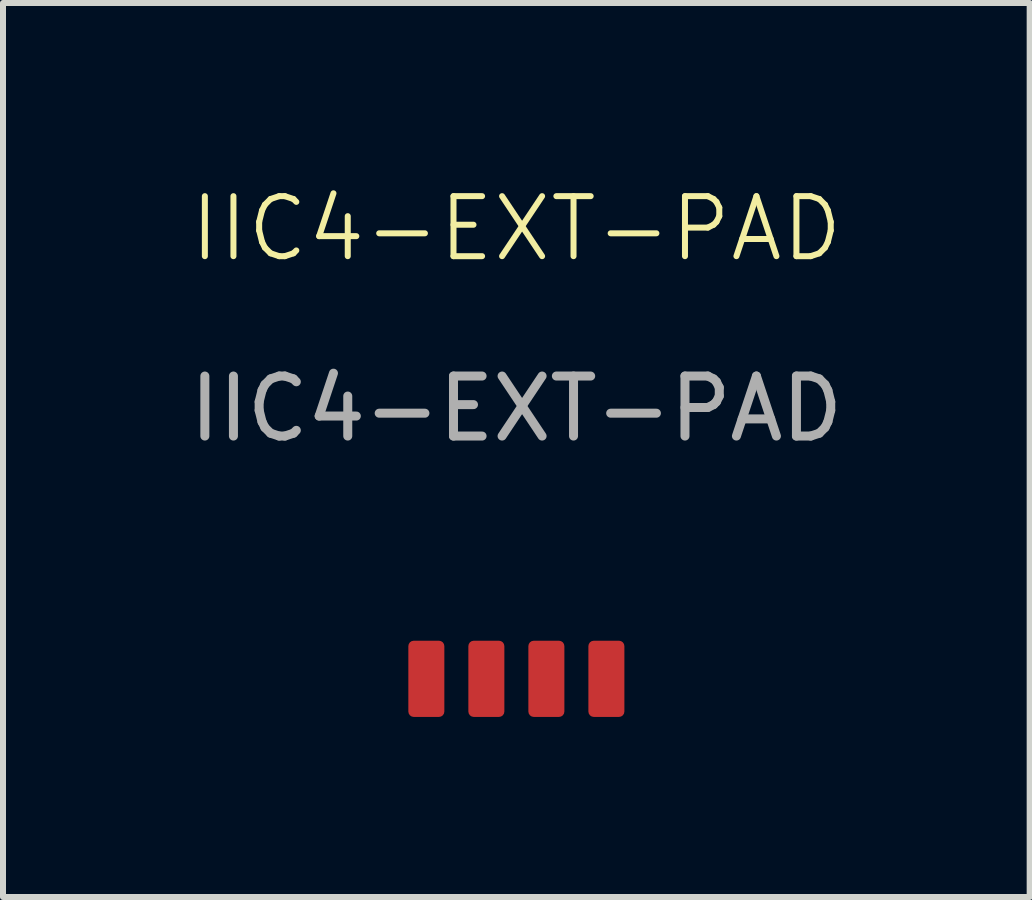
<source format=kicad_pcb>
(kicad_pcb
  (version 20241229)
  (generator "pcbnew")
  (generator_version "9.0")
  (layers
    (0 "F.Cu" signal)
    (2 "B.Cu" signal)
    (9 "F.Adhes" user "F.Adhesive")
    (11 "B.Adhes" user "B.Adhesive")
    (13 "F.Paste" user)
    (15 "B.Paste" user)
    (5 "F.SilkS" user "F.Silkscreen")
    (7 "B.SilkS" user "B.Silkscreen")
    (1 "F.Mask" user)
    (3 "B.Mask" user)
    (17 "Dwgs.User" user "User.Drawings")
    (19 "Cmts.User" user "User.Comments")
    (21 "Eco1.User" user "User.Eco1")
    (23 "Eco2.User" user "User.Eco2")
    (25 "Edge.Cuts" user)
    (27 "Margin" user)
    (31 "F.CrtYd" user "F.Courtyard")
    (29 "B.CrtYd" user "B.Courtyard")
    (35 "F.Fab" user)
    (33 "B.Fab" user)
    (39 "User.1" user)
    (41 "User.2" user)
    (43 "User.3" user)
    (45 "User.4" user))
  (footprint "IIC4-EXT-PAD"
    (layer "F.Cu")
    (at 5.554 8.261)
    (property "Reference" "IIC4-EXT-PAD" (at 0 -7.5 0) (unlocked yes) (layer "F.SilkS") (effects (font (size 1 1) (thickness 0.1))))
    (attr smd)
    (fp_text user "${REFERENCE}" (at 0 -4.5 0) (unlocked yes) (layer "F.Fab") (effects (font (size 1 1) (thickness 0.15))))
    (pad "1" smd roundrect (at -1.5 0) (size 0.6 1.27) (layers "F.Cu" "F.Mask" "F.Paste") (roundrect_rratio 0.15))
    (pad "2" smd roundrect (at -0.5 0) (size 0.6 1.27) (layers "F.Cu" "F.Mask" "F.Paste") (roundrect_rratio 0.15))
    (pad "3" smd roundrect (at 0.5 0) (size 0.6 1.27) (layers "F.Cu" "F.Mask" "F.Paste") (roundrect_rratio 0.15))
    (pad "4" smd roundrect (at 1.5 0) (size 0.6 1.27) (layers "F.Cu" "F.Mask" "F.Paste") (roundrect_rratio 0.15)))
  (gr_rect
    (start -3 -3)
    (end 14.107 11.896)
    (stroke (width 0.1) (type default))
    (fill no)
    (layer "Edge.Cuts")))
</source>
